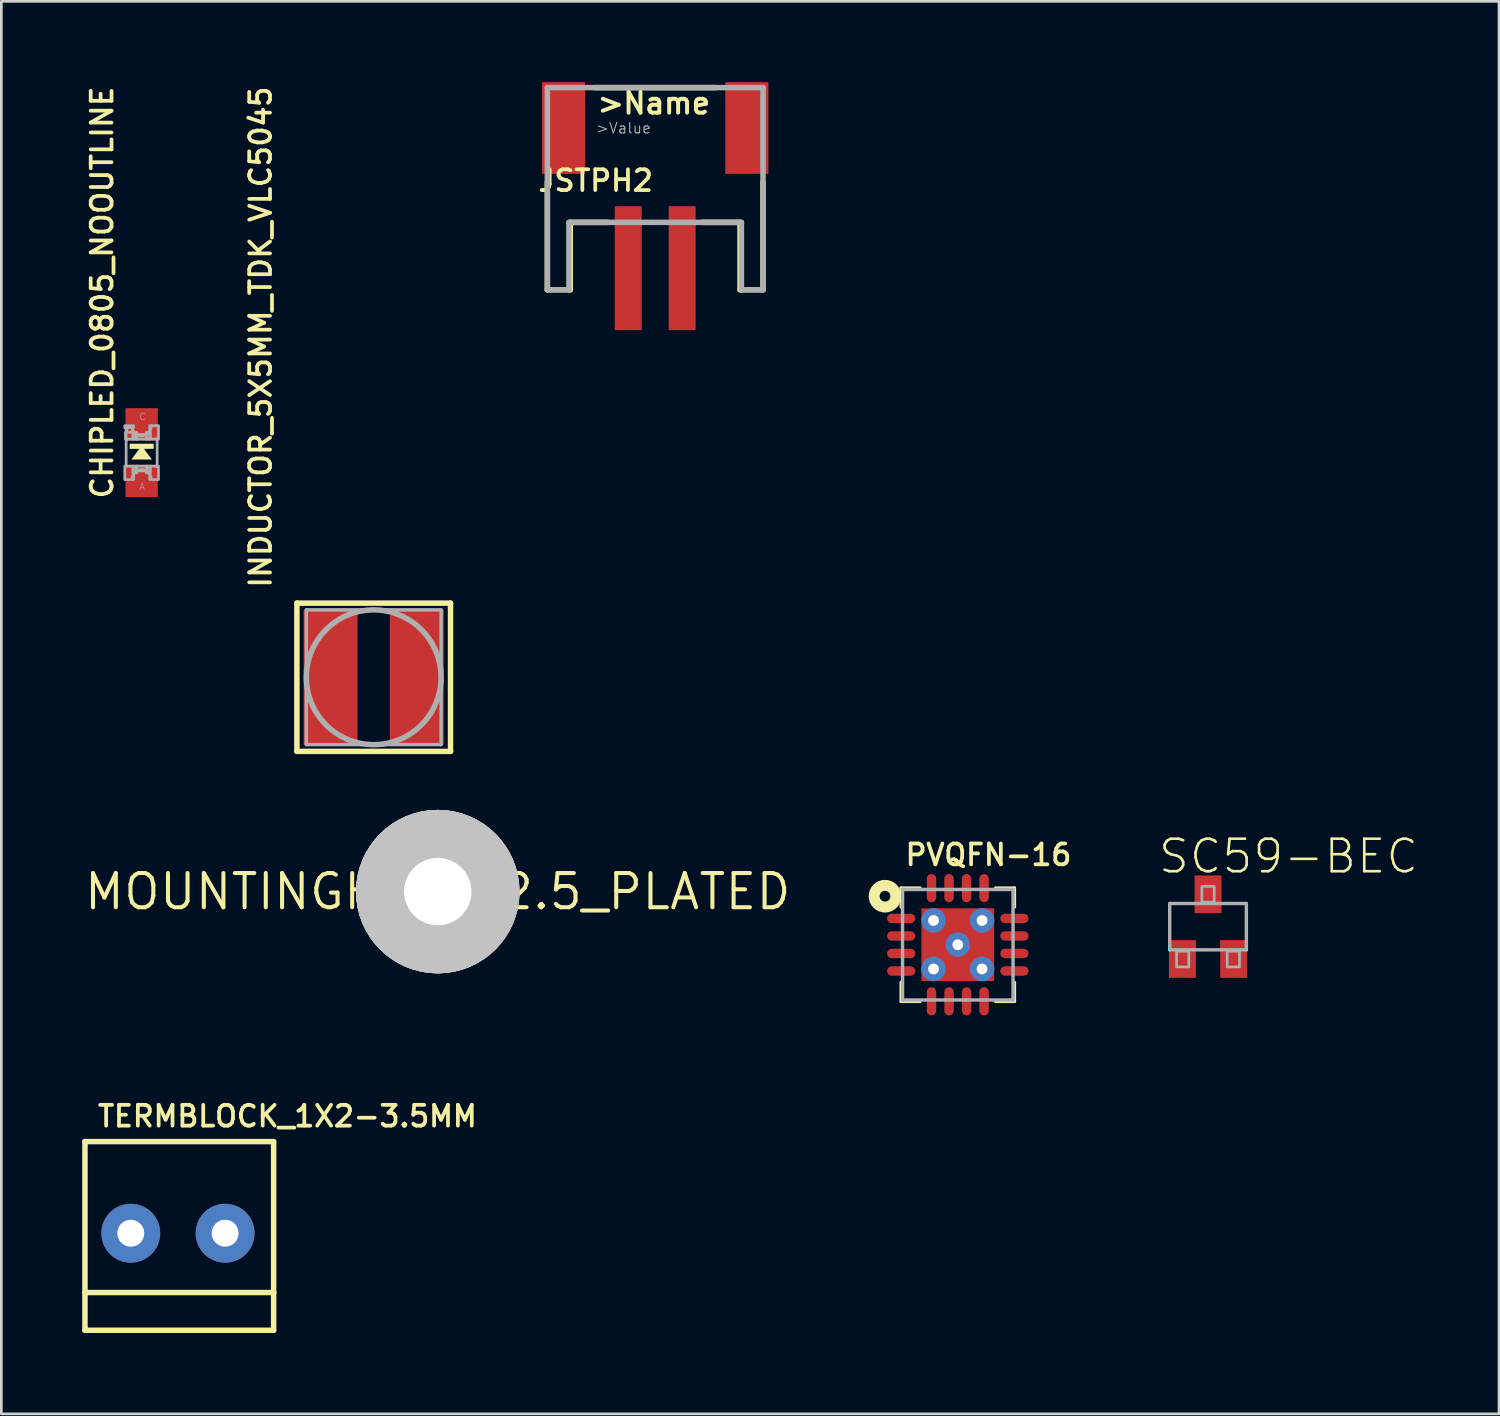
<source format=kicad_pcb>
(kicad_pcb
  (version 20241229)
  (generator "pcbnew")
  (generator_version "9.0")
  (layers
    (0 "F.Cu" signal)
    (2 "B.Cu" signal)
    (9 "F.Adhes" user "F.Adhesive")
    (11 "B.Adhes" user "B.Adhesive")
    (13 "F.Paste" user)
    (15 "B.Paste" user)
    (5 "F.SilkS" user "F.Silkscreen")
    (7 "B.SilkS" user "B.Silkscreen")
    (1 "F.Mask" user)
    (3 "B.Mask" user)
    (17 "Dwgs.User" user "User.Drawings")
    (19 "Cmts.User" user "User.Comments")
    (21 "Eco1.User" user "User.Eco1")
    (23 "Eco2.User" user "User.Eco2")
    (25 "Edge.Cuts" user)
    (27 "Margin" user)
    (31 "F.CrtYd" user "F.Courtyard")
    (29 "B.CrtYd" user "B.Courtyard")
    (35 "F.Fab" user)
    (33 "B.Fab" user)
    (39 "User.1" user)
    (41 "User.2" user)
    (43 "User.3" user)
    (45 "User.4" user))
  (footprint "SC59-BEC"
    (layer "F.Cu")
    (at 41.769 31.33)
    (property "Reference" "SC59-BEC" (at -1.905 -1.905 0) (layer "F.SilkS") (effects (font (size 1.206 1.206) (thickness 0.097)) (justify left bottom)))
    (attr through_hole)
    (fp_line (start -1.422 -0.86) (end 1.422 -0.86) (stroke (width 0.127) (type solid)) (layer "F.Fab"))
    (fp_line (start -1.422 0.86) (end -1.422 -0.86) (stroke (width 0.127) (type solid)) (layer "F.Fab"))
    (fp_line (start 1.422 -0.86) (end 1.422 0.86) (stroke (width 0.127) (type solid)) (layer "F.Fab"))
    (fp_line (start 1.422 0.86) (end -1.422 0.86) (stroke (width 0.127) (type solid)) (layer "F.Fab"))
    (fp_poly (pts (xy -1.168 1.495) (xy -0.711 1.495) (xy -0.711 0.911) (xy -1.168 0.911)) (stroke (width 0.1) (type solid)) (fill no) (layer "F.Fab"))
    (fp_poly (pts (xy -0.229 -0.911) (xy 0.229 -0.911) (xy 0.229 -1.495) (xy -0.229 -1.495)) (stroke (width 0.1) (type solid)) (fill no) (layer "F.Fab"))
    (fp_poly (pts (xy 0.711 1.495) (xy 1.168 1.495) (xy 1.168 0.911) (xy 0.711 0.911)) (stroke (width 0.1) (type solid)) (fill no) (layer "F.Fab"))
    (pad "B" smd rect (at -0.95 1.2) (size 1 1.4) (layers "F.Cu" "F.Mask" "F.Paste"))
    (pad "C" smd rect (at 0 -1.2) (size 1 1.4) (layers "F.Cu" "F.Mask" "F.Paste"))
    (pad "E" smd rect (at 0.95 1.2) (size 1 1.4) (layers "F.Cu" "F.Mask" "F.Paste")))
  (footprint "CHIPLED_0805_NOOUTLINE"
    (layer "F.Cu")
    (at 2.205 13.744)
    (property "Reference" "CHIPLED_0805_NOOUTLINE" (at -1.016 1.778 90) (layer "F.SilkS") (effects (font (size 0.772 0.772) (thickness 0.139)) (justify left bottom)))
    (attr through_hole)
    (fp_poly (pts (xy 0 -0.254) (xy -0.381 0.254) (xy 0.381 0.254)) (stroke (width 0) (type solid)) (fill yes) (layer "F.SilkS"))
    (fp_poly (pts (xy -0.445 -0.141) (xy 0.445 -0.141) (xy 0.445 -0.331) (xy -0.445 -0.331)) (stroke (width 0) (type solid)) (fill yes) (layer "F.SilkS"))
    (fp_line (start -0.575 0.5) (end -0.575 -0.925) (stroke (width 0.102) (type solid)) (layer "F.Fab"))
    (fp_line (start 0.575 -0.525) (end 0.575 0.525) (stroke (width 0.102) (type solid)) (layer "F.Fab"))
    (fp_arc (start -0.35 0.925) (mid -0.000001 0.625027) (end 0.35 0.924998) (stroke (width 0.1016) (type solid)) (layer "F.Fab"))
    (fp_arc (start 0.35 -0.924998) (mid -0.000001 -0.625027) (end -0.35 -0.925) (stroke (width 0.1016) (type solid)) (layer "F.Fab"))
    (fp_circle (center -0.45 -0.85) (end -0.347 -0.85) (stroke (width 0.076) (type solid)) (fill no) (layer "F.Fab"))
    (fp_poly (pts (xy -0.625 -0.925) (xy -0.3 -0.925) (xy -0.3 -1) (xy -0.625 -1)) (stroke (width 0.1) (type solid)) (fill no) (layer "F.Fab"))
    (fp_poly (pts (xy -0.625 1) (xy -0.3 1) (xy -0.3 0.5) (xy -0.625 0.5)) (stroke (width 0.1) (type solid)) (fill no) (layer "F.Fab"))
    (fp_poly (pts (xy -0.6 -0.5) (xy -0.3 -0.5) (xy -0.3 -0.762) (xy -0.6 -0.762)) (stroke (width 0.1) (type solid)) (fill no) (layer "F.Fab"))
    (fp_poly (pts (xy -0.325 -0.5) (xy -0.175 -0.5) (xy -0.175 -0.75) (xy -0.325 -0.75)) (stroke (width 0.1) (type solid)) (fill no) (layer "F.Fab"))
    (fp_poly (pts (xy -0.325 0.75) (xy -0.175 0.75) (xy -0.175 0.5) (xy -0.325 0.5)) (stroke (width 0.1) (type solid)) (fill no) (layer "F.Fab"))
    (fp_poly (pts (xy -0.2 -0.5) (xy 0.2 -0.5) (xy 0.2 -0.675) (xy -0.2 -0.675)) (stroke (width 0.1) (type solid)) (fill no) (layer "F.Fab"))
    (fp_poly (pts (xy -0.2 0.675) (xy 0.2 0.675) (xy 0.2 0.5) (xy -0.2 0.5)) (stroke (width 0.1) (type solid)) (fill no) (layer "F.Fab"))
    (fp_poly (pts (xy 0.175 -0.5) (xy 0.325 -0.5) (xy 0.325 -0.75) (xy 0.175 -0.75)) (stroke (width 0.1) (type solid)) (fill no) (layer "F.Fab"))
    (fp_poly (pts (xy 0.175 0.75) (xy 0.325 0.75) (xy 0.325 0.5) (xy 0.175 0.5)) (stroke (width 0.1) (type solid)) (fill no) (layer "F.Fab"))
    (fp_poly (pts (xy 0.3 -0.5) (xy 0.625 -0.5) (xy 0.625 -1) (xy 0.3 -1)) (stroke (width 0.1) (type solid)) (fill no) (layer "F.Fab"))
    (fp_poly (pts (xy 0.3 1) (xy 0.625 1) (xy 0.625 0.5) (xy 0.3 0.5)) (stroke (width 0.1) (type solid)) (fill no) (layer "F.Fab"))
    (fp_text user "A" (at -0.1 1.4 0) (layer "F.Fab") (effects (font (size 0.241 0.241) (thickness 0.02)) (justify left bottom)))
    (fp_text user "C" (at -0.1 -1.2 0) (layer "F.Fab") (effects (font (size 0.241 0.241) (thickness 0.02)) (justify left bottom)))
    (pad "A" smd rect (at 0 1.05) (size 1.2 1.2) (layers "F.Cu" "F.Mask" "F.Paste"))
    (pad "C" smd rect (at 0 -1.05) (size 1.2 1.2) (layers "F.Cu" "F.Mask" "F.Paste")))
  (footprint "INDUCTOR_5X5MM_TDK_VLC5045"
    (layer "F.Cu")
    (at 10.815 22.077)
    (property "Reference" "INDUCTOR_5X5MM_TDK_VLC5045" (at -3.746 -3.246 90) (layer "F.SilkS") (effects (font (size 0.772 0.772) (thickness 0.139)) (justify left bottom)))
    (attr through_hole)
    (fp_line (start -2.85 -2.75) (end 2.85 -2.75) (stroke (width 0.203) (type solid)) (layer "F.SilkS"))
    (fp_line (start -2.85 2.75) (end -2.85 -2.75) (stroke (width 0.203) (type solid)) (layer "F.SilkS"))
    (fp_line (start 2.85 -2.75) (end 2.85 2.75) (stroke (width 0.203) (type solid)) (layer "F.SilkS"))
    (fp_line (start 2.85 2.75) (end -2.85 2.75) (stroke (width 0.203) (type solid)) (layer "F.SilkS"))
    (fp_line (start -2.5 -2.5) (end 2.5 -2.5) (stroke (width 0.127) (type solid)) (layer "F.Fab"))
    (fp_line (start -2.5 2.5) (end -2.5 -2.5) (stroke (width 0.127) (type solid)) (layer "F.Fab"))
    (fp_line (start 2.5 -2.5) (end 2.5 2.5) (stroke (width 0.127) (type solid)) (layer "F.Fab"))
    (fp_line (start 2.5 2.5) (end -2.5 2.5) (stroke (width 0.127) (type solid)) (layer "F.Fab"))
    (fp_circle (center 0 0) (end 2.5 0) (stroke (width 0.203) (type solid)) (fill no) (layer "F.Fab"))
    (pad "P$1" smd rect (at -1.6 0) (size 2 5) (layers "F.Cu" "F.Mask" "F.Paste"))
    (pad "P$2" smd rect (at 1.6 0) (size 2 5) (layers "F.Cu" "F.Mask" "F.Paste")))
  (footprint "PVQFN-16"
    (layer "F.Cu")
    (at 32.485 32)
    (property "Reference" "PVQFN-16" (at -2.024 -2.882 180) (layer "F.SilkS") (effects (font (size 0.772 0.772) (thickness 0.139)) (justify left bottom)))
    (attr through_hole)
    (fp_line (start -2.1 -2.1) (end -2.1 -1.4) (stroke (width 0.127) (type solid)) (layer "F.SilkS"))
    (fp_line (start -2.1 1.4) (end -2.1 2.1) (stroke (width 0.127) (type solid)) (layer "F.SilkS"))
    (fp_line (start -2.1 2.1) (end -1.4 2.1) (stroke (width 0.127) (type solid)) (layer "F.SilkS"))
    (fp_line (start -1.4 -2.1) (end -2.1 -2.1) (stroke (width 0.127) (type solid)) (layer "F.SilkS"))
    (fp_line (start 1.4 -2.1) (end 2.1 -2.1) (stroke (width 0.127) (type solid)) (layer "F.SilkS"))
    (fp_line (start 2.1 -2.1) (end 2.1 -1.4) (stroke (width 0.127) (type solid)) (layer "F.SilkS"))
    (fp_line (start 2.1 1.4) (end 2.1 2.1) (stroke (width 0.127) (type solid)) (layer "F.SilkS"))
    (fp_line (start 2.1 2.1) (end 1.4 2.1) (stroke (width 0.127) (type solid)) (layer "F.SilkS"))
    (fp_circle (center -2.7 -1.8) (end -2.5 -1.8) (stroke (width 0.406) (type solid)) (fill no) (layer "F.SilkS"))
    (fp_poly (pts (xy -0.6 0.3) (xy -0.6 -0.3) (xy -1.3 -0.3) (xy -1.3 0.3)) (stroke (width 0) (type solid)) (fill yes) (layer "F.Paste"))
    (fp_poly (pts (xy -0.3 -0.6) (xy 0.3 -0.6) (xy 0.3 -1.3) (xy -0.3 -1.3)) (stroke (width 0) (type solid)) (fill yes) (layer "F.Paste"))
    (fp_poly (pts (xy -0.3 1.3) (xy 0.3 1.3) (xy 0.3 0.6) (xy -0.3 0.6)) (stroke (width 0) (type solid)) (fill yes) (layer "F.Paste"))
    (fp_poly (pts (xy 1.3 0.3) (xy 1.3 -0.3) (xy 0.6 -0.3) (xy 0.6 0.3)) (stroke (width 0) (type solid)) (fill yes) (layer "F.Paste"))
    (fp_line (start -2.05 -2.05) (end 2.05 -2.05) (stroke (width 0.127) (type solid)) (layer "F.Fab"))
    (fp_line (start -2.05 2.05) (end -2.05 -2.05) (stroke (width 0.127) (type solid)) (layer "F.Fab"))
    (fp_line (start 2.05 -2.05) (end 2.05 2.05) (stroke (width 0.127) (type solid)) (layer "F.Fab"))
    (fp_line (start 2.05 2.05) (end -2.05 2.05) (stroke (width 0.127) (type solid)) (layer "F.Fab"))
    (pad "1" smd roundrect (at -2.1 -0.975) (size 1.05 0.35) (layers "F.Cu" "F.Mask" "F.Paste") (roundrect_rratio 0.5))
    (pad "2" smd roundrect (at -2.1 -0.325) (size 1.05 0.35) (layers "F.Cu" "F.Mask" "F.Paste") (roundrect_rratio 0.5))
    (pad "3" smd roundrect (at -2.1 0.325) (size 1.05 0.35) (layers "F.Cu" "F.Mask" "F.Paste") (roundrect_rratio 0.5))
    (pad "4" smd roundrect (at -2.1 0.975) (size 1.05 0.35) (layers "F.Cu" "F.Mask" "F.Paste") (roundrect_rratio 0.5))
    (pad "5" smd roundrect (at -0.975 2.1 90) (size 1.05 0.35) (layers "F.Cu" "F.Mask" "F.Paste") (roundrect_rratio 0.5))
    (pad "6" smd roundrect (at -0.325 2.1 90) (size 1.05 0.35) (layers "F.Cu" "F.Mask" "F.Paste") (roundrect_rratio 0.5))
    (pad "7" smd roundrect (at 0.325 2.1 90) (size 1.05 0.35) (layers "F.Cu" "F.Mask" "F.Paste") (roundrect_rratio 0.5))
    (pad "8" smd roundrect (at 0.975 2.1 90) (size 1.05 0.35) (layers "F.Cu" "F.Mask" "F.Paste") (roundrect_rratio 0.5))
    (pad "9" smd roundrect (at 2.1 0.975 180) (size 1.05 0.35) (layers "F.Cu" "F.Mask" "F.Paste") (roundrect_rratio 0.5))
    (pad "10" smd roundrect (at 2.1 0.325 180) (size 1.05 0.35) (layers "F.Cu" "F.Mask" "F.Paste") (roundrect_rratio 0.5))
    (pad "11" smd roundrect (at 2.1 -0.325 180) (size 1.05 0.35) (layers "F.Cu" "F.Mask" "F.Paste") (roundrect_rratio 0.5))
    (pad "12" smd roundrect (at 2.1 -0.975 180) (size 1.05 0.35) (layers "F.Cu" "F.Mask" "F.Paste") (roundrect_rratio 0.5))
    (pad "13" smd roundrect (at 0.975 -2.1 270) (size 1.05 0.35) (layers "F.Cu" "F.Mask" "F.Paste") (roundrect_rratio 0.5))
    (pad "14" smd roundrect (at 0.325 -2.1 270) (size 1.05 0.35) (layers "F.Cu" "F.Mask" "F.Paste") (roundrect_rratio 0.5))
    (pad "15" smd roundrect (at -0.325 -2.1 270) (size 1.05 0.35) (layers "F.Cu" "F.Mask" "F.Paste") (roundrect_rratio 0.5))
    (pad "16" smd roundrect (at -0.975 -2.1 270) (size 1.05 0.35) (layers "F.Cu" "F.Mask" "F.Paste") (roundrect_rratio 0.5))
    (pad "P$18" thru_hole circle (at 0 0) (size 0.908 0.908) (drill 0.4) (layers "*.Cu" "*.Mask"))
    (pad "P$19" thru_hole circle (at -0.9 -0.9) (size 0.908 0.908) (drill 0.4) (layers "*.Cu" "*.Mask"))
    (pad "P$20" thru_hole circle (at 0.9 -0.9) (size 0.908 0.908) (drill 0.4) (layers "*.Cu" "*.Mask"))
    (pad "P$21" thru_hole circle (at 0.9 0.9) (size 0.908 0.908) (drill 0.4) (layers "*.Cu" "*.Mask"))
    (pad "P$22" thru_hole circle (at -0.9 0.9) (size 0.908 0.908) (drill 0.4) (layers "*.Cu" "*.Mask"))
    (pad "THERMAL" smd rect (at 0 0) (size 2.7 2.7) (layers "F.Cu" "F.Mask")))
  (footprint "TERMBLOCK_1X2-3.5MM"
    (layer "F.Cu")
    (at 3.502 42.704)
    (property "Reference" "TERMBLOCK_1X2-3.5MM" (at -3 -3.89 0) (layer "F.SilkS") (effects (font (size 0.772 0.772) (thickness 0.139)) (justify left bottom)))
    (attr through_hole)
    (fp_line (start -3.4 -3.4) (end -3.4 2.2) (stroke (width 0.203) (type solid)) (layer "F.SilkS"))
    (fp_line (start -3.4 2.2) (end -3.4 3.6) (stroke (width 0.203) (type solid)) (layer "F.SilkS"))
    (fp_line (start -3.4 2.2) (end 3.6 2.2) (stroke (width 0.203) (type solid)) (layer "F.SilkS"))
    (fp_line (start -3.4 3.6) (end 3.6 3.6) (stroke (width 0.203) (type solid)) (layer "F.SilkS"))
    (fp_line (start 3.6 -3.4) (end -3.4 -3.4) (stroke (width 0.203) (type solid)) (layer "F.SilkS"))
    (fp_line (start 3.6 2.2) (end 3.6 -3.4) (stroke (width 0.203) (type solid)) (layer "F.SilkS"))
    (fp_line (start 3.6 3.6) (end 3.6 2.2) (stroke (width 0.203) (type solid)) (layer "F.SilkS"))
    (pad "1" thru_hole circle (at 1.8 0) (size 2.184 2.184) (drill 1) (layers "*.Cu" "*.Mask"))
    (pad "2" thru_hole circle (at -1.7 0) (size 2.184 2.184) (drill 1) (layers "*.Cu" "*.Mask")))
  (footprint "MOUNTINGHOLE_2.5_PLATED"
    (layer "F.Cu")
    (at 13.191 30.03)
    (property "Reference" "MOUNTINGHOLE_2.5_PLATED" (at 0 0 0) (layer "F.SilkS") (effects (font (size 1.27 1.27) (thickness 0.15))))
    (attr through_hole)
    (fp_circle (center 0 0) (end 2 0) (stroke (width 0.203) (type solid)) (fill no) (layer "F.SilkS"))
    (fp_circle (center 0 0) (end 1 0) (stroke (width 2.032) (type solid)) (fill no) (layer "Dwgs.User"))
    (fp_circle (center 0 0) (end 1 0) (stroke (width 2.032) (type solid)) (fill no) (layer "Dwgs.User"))
    (fp_circle (center 0 0) (end 1 0) (stroke (width 2.032) (type solid)) (fill no) (layer "Dwgs.User"))
    (fp_circle (center 0 0) (end 1 0) (stroke (width 2.032) (type solid)) (fill no) (layer "Dwgs.User"))
    (pad "P$1" thru_hole circle (at 0 0) (size 3.2 3.2) (drill 2.5) (layers "*.Cu" "*.Mask")))
  (footprint "JSTPH2"
    (layer "F.Cu")
    (at 21.258 3.2)
    (property "Reference" "JSTPH2" (at 0 0 180) (layer "F.SilkS") (effects (font (size 0.772 0.772) (thickness 0.139)) (justify right top)))
    (attr through_hole)
    (fp_line (start -4 4.5) (end -4 0.5) (stroke (width 0.203) (type solid)) (layer "F.SilkS"))
    (fp_line (start -3.15 2) (end -3.15 4.5) (stroke (width 0.203) (type solid)) (layer "F.SilkS"))
    (fp_line (start -3.15 4.5) (end -4 4.5) (stroke (width 0.203) (type solid)) (layer "F.SilkS"))
    (fp_line (start -2.25 -3) (end 2.25 -3) (stroke (width 0.203) (type solid)) (layer "F.SilkS"))
    (fp_line (start -1.75 2) (end -3.15 2) (stroke (width 0.203) (type solid)) (layer "F.SilkS"))
    (fp_line (start 3.15 2) (end 1.75 2) (stroke (width 0.203) (type solid)) (layer "F.SilkS"))
    (fp_line (start 3.15 4.5) (end 3.15 2) (stroke (width 0.203) (type solid)) (layer "F.SilkS"))
    (fp_line (start 4 0.5) (end 4 4.5) (stroke (width 0.203) (type solid)) (layer "F.SilkS"))
    (fp_line (start 4 4.5) (end 3.15 4.5) (stroke (width 0.203) (type solid)) (layer "F.SilkS"))
    (fp_line (start -4 -3) (end 4 -3) (stroke (width 0.203) (type solid)) (layer "F.Fab"))
    (fp_line (start -4 4.5) (end -4 -3) (stroke (width 0.203) (type solid)) (layer "F.Fab"))
    (fp_line (start -3.2 2) (end -3.2 4.5) (stroke (width 0.203) (type solid)) (layer "F.Fab"))
    (fp_line (start -3.2 4.5) (end -4 4.5) (stroke (width 0.203) (type solid)) (layer "F.Fab"))
    (fp_line (start 3.2 2) (end -3.2 2) (stroke (width 0.203) (type solid)) (layer "F.Fab"))
    (fp_line (start 3.2 4.5) (end 3.2 2) (stroke (width 0.203) (type solid)) (layer "F.Fab"))
    (fp_line (start 4 -3) (end 4 4.5) (stroke (width 0.203) (type solid)) (layer "F.Fab"))
    (fp_line (start 4 4.5) (end 3.2 4.5) (stroke (width 0.203) (type solid)) (layer "F.Fab"))
    (fp_text user ">Name" (at -2.223 -1.968 0) (layer "F.SilkS") (effects (font (size 0.772 0.772) (thickness 0.146)) (justify left bottom)))
    (fp_text user ">Value" (at -2.223 -1.27 0) (layer "F.Fab") (effects (font (size 0.386 0.386) (thickness 0.041)) (justify left bottom)))
    (pad "1" smd rect (at -1 3.7) (size 1 4.6) (layers "F.Cu" "F.Mask" "F.Paste"))
    (pad "2" smd rect (at 1 3.7) (size 1 4.6) (layers "F.Cu" "F.Mask" "F.Paste"))
    (pad "NC1" smd rect (at -3.4 -1.5 90) (size 3.4 1.6) (layers "F.Cu" "F.Mask" "F.Paste"))
    (pad "NC2" smd rect (at 3.4 -1.5 90) (size 3.4 1.6) (layers "F.Cu" "F.Mask" "F.Paste")))
  (gr_rect
    (start -3 -3)
    (end 52.565 49.406)
    (stroke (width 0.1) (type default))
    (fill no)
    (layer "Edge.Cuts")))
</source>
